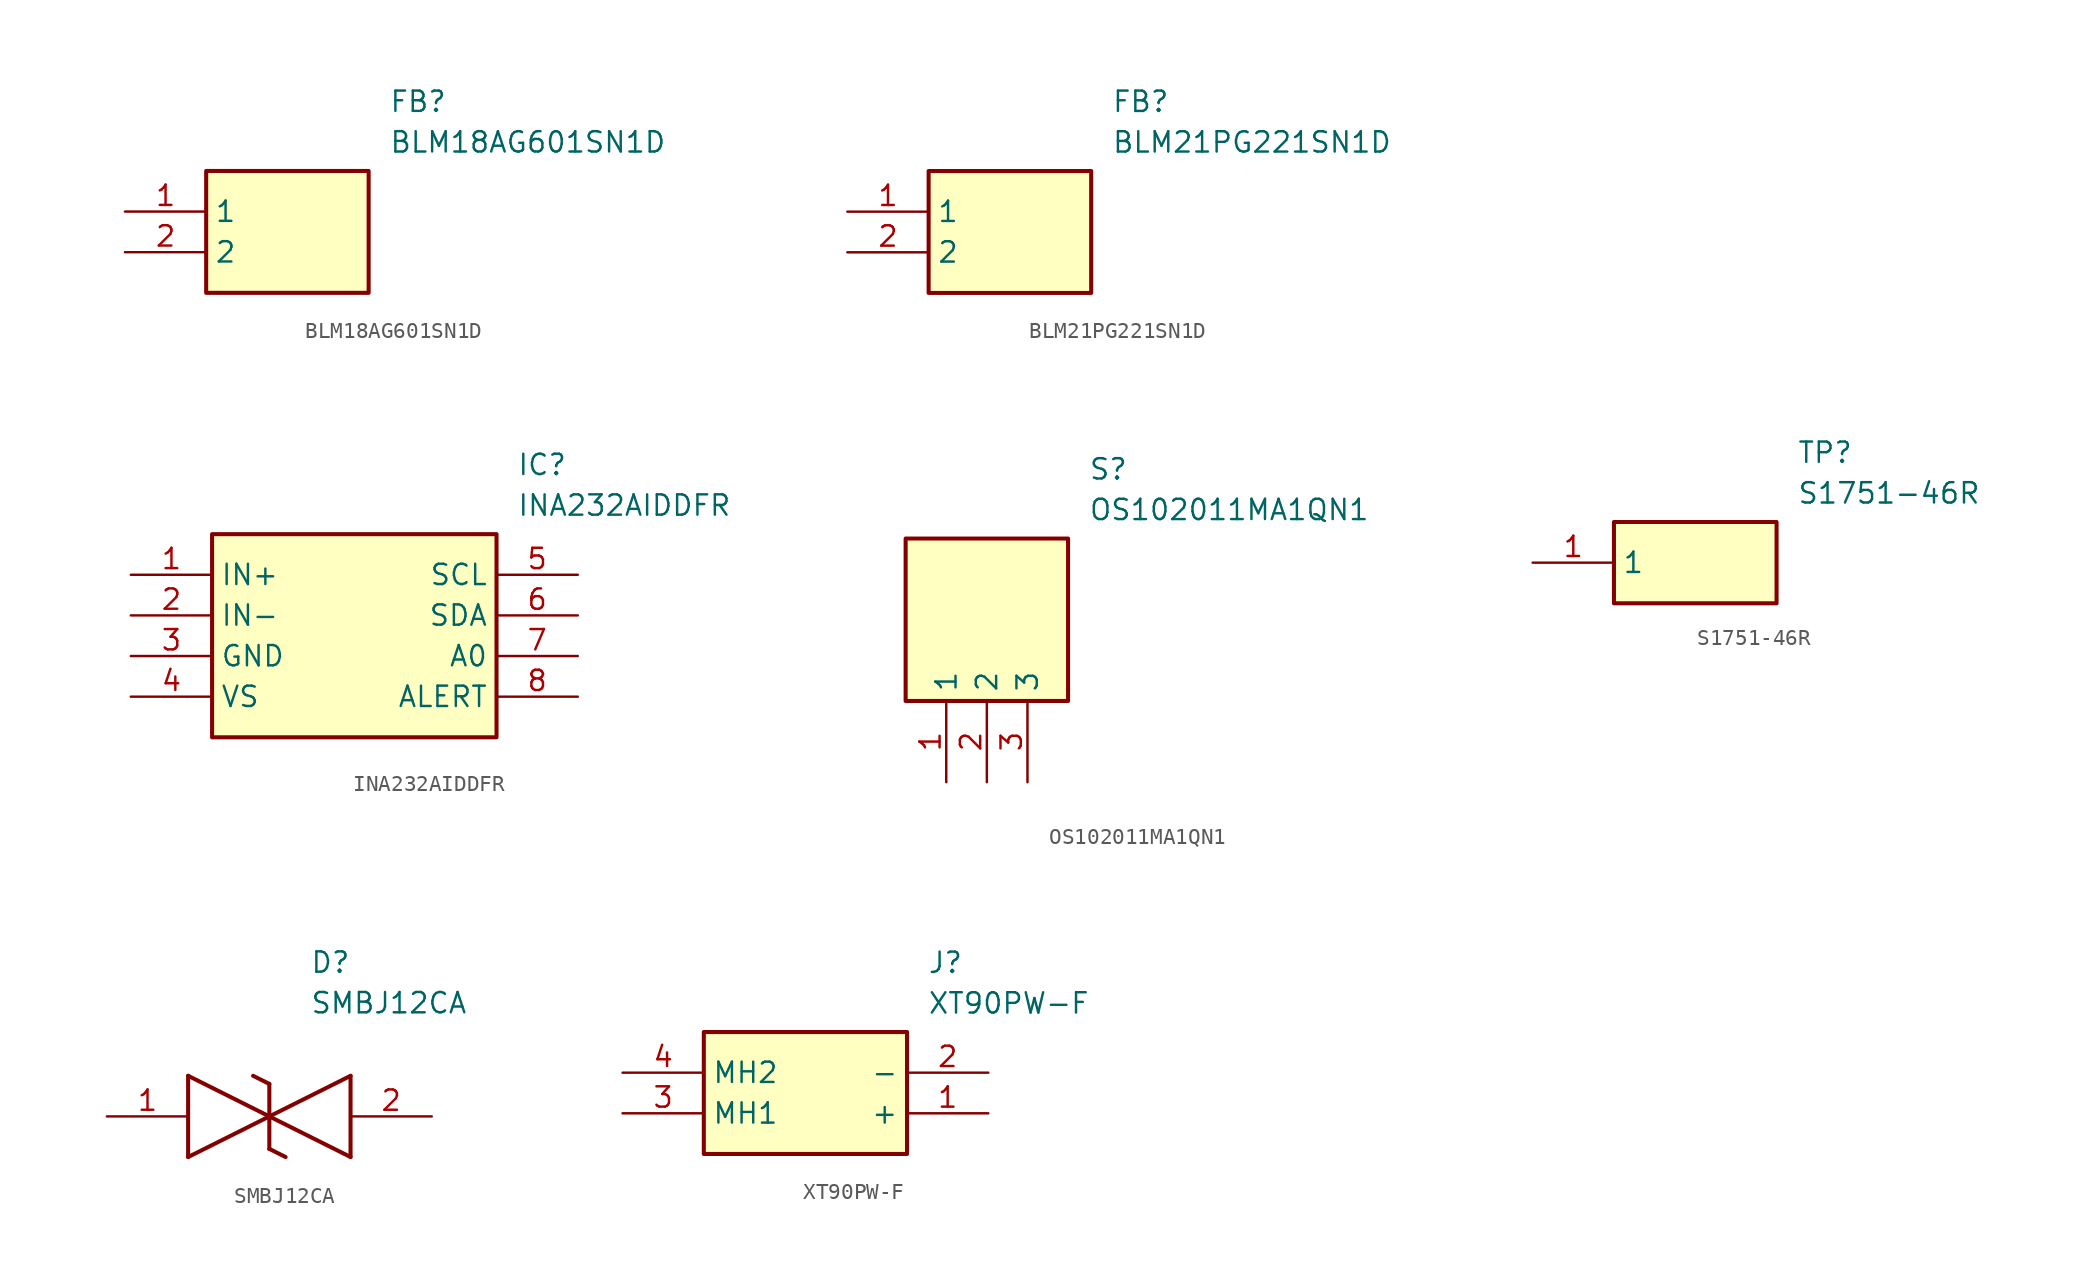
<source format=kicad_sym>
(kicad_symbol_lib
  (version 20241209)
  (generator "kicad_symbol_editor")
  (generator_version "9.0")
  (symbol "BLM18AG601SN1D"
    (property "Reference" "FB"
      (at 16.51 7.62 0)
      (effects (font (size 1.27 1.27)) (justify left top)))
    (property "Value" "BLM18AG601SN1D"
      (at 16.51 5.08 0)
      (effects (font (size 1.27 1.27)) (justify left top)))
    (symbol "BLM18AG601SN1D_1_1"
      (rectangle (start 5.08 2.54) (end 15.24 -5.08) (stroke (width 0.254) (type default)) (fill (type background)))
      (pin passive line (at 0 0 0) (length 5.08) (name "1" (effects (font (size 1.27 1.27)))) (number "1" (effects (font (size 1.27 1.27)))))
      (pin passive line (at 0 -2.54 0) (length 5.08) (name "2" (effects (font (size 1.27 1.27)))) (number "2" (effects (font (size 1.27 1.27)))))))
  (symbol "BLM21PG221SN1D"
    (property "Reference" "FB"
      (at 16.51 7.62 0)
      (effects (font (size 1.27 1.27)) (justify left top)))
    (property "Value" "BLM21PG221SN1D"
      (at 16.51 5.08 0)
      (effects (font (size 1.27 1.27)) (justify left top)))
    (symbol "BLM21PG221SN1D_1_1"
      (rectangle (start 5.08 2.54) (end 15.24 -5.08) (stroke (width 0.254) (type default)) (fill (type background)))
      (pin passive line (at 0 0 0) (length 5.08) (name "1" (effects (font (size 1.27 1.27)))) (number "1" (effects (font (size 1.27 1.27)))))
      (pin passive line (at 0 -2.54 0) (length 5.08) (name "2" (effects (font (size 1.27 1.27)))) (number "2" (effects (font (size 1.27 1.27)))))))
  (symbol "INA232AIDDFR"
    (property "Reference" "IC"
      (at 24.13 7.62 0)
      (effects (font (size 1.27 1.27)) (justify left top)))
    (property "Value" "INA232AIDDFR"
      (at 24.13 5.08 0)
      (effects (font (size 1.27 1.27)) (justify left top)))
    (symbol "INA232AIDDFR_1_1"
      (rectangle (start 5.08 2.54) (end 22.86 -10.16) (stroke (width 0.254) (type default)) (fill (type background)))
      (pin passive line (at 0 0 0) (length 5.08) (name "IN+" (effects (font (size 1.27 1.27)))) (number "1" (effects (font (size 1.27 1.27)))))
      (pin passive line (at 0 -2.54 0) (length 5.08) (name "IN-" (effects (font (size 1.27 1.27)))) (number "2" (effects (font (size 1.27 1.27)))))
      (pin passive line (at 0 -5.08 0) (length 5.08) (name "GND" (effects (font (size 1.27 1.27)))) (number "3" (effects (font (size 1.27 1.27)))))
      (pin passive line (at 0 -7.62 0) (length 5.08) (name "VS" (effects (font (size 1.27 1.27)))) (number "4" (effects (font (size 1.27 1.27)))))
      (pin passive line (at 27.94 0 180) (length 5.08) (name "SCL" (effects (font (size 1.27 1.27)))) (number "5" (effects (font (size 1.27 1.27)))))
      (pin passive line (at 27.94 -2.54 180) (length 5.08) (name "SDA" (effects (font (size 1.27 1.27)))) (number "6" (effects (font (size 1.27 1.27)))))
      (pin passive line (at 27.94 -5.08 180) (length 5.08) (name "A0" (effects (font (size 1.27 1.27)))) (number "7" (effects (font (size 1.27 1.27)))))
      (pin passive line (at 27.94 -7.62 180) (length 5.08) (name "ALERT" (effects (font (size 1.27 1.27)))) (number "8" (effects (font (size 1.27 1.27)))))))
  (symbol "OS102011MA1QN1"
    (property "Reference" "S"
      (at 8.89 20.32 0)
      (effects (font (size 1.27 1.27)) (justify left top)))
    (property "Value" "OS102011MA1QN1"
      (at 8.89 17.78 0)
      (effects (font (size 1.27 1.27)) (justify left top)))
    (symbol "OS102011MA1QN1_1_1"
      (rectangle (start -2.54 15.24) (end 7.62 5.08) (stroke (width 0.254) (type default)) (fill (type background)))
      (pin passive line (at 0 0 90) (length 5.08) (name "1" (effects (font (size 1.27 1.27)))) (number "1" (effects (font (size 1.27 1.27)))))
      (pin passive line (at 2.54 0 90) (length 5.08) (name "2" (effects (font (size 1.27 1.27)))) (number "2" (effects (font (size 1.27 1.27)))))
      (pin passive line (at 5.08 0 90) (length 5.08) (name "3" (effects (font (size 1.27 1.27)))) (number "3" (effects (font (size 1.27 1.27)))))))
  (symbol "S1751-46R"
    (property "Reference" "TP"
      (at 16.51 7.62 0)
      (effects (font (size 1.27 1.27)) (justify left top)))
    (property "Value" "S1751-46R"
      (at 16.51 5.08 0)
      (effects (font (size 1.27 1.27)) (justify left top)))
    (rectangle
      (start 5.08 2.54)
      (end 15.24 -2.54)
      (stroke (width 0.254) (type default))
      (fill (type background)))
    (pin passive line
      (at 0 0 0)
      (length 5.08)
      (name "1" (effects (font (size 1.27 1.27))))
      (number "1" (effects (font (size 1.27 1.27))))))
  (symbol "SMBJ12CA"
    (pin_names
      (hide yes))
    (property "Reference" "D"
      (at 12.7 8.89 0)
      (effects (font (size 1.27 1.27)) (justify left bottom)))
    (property "Value" "SMBJ12CA"
      (at 12.7 6.35 0)
      (effects (font (size 1.27 1.27)) (justify left bottom)))
    (symbol "SMBJ12CA_1_1"
      (polyline (pts (xy 5.08 2.54) (xy 5.08 -2.54)) (stroke (width 0.254) (type default)) (fill (type none)))
      (polyline (pts (xy 5.08 2.54) (xy 10.16 0)) (stroke (width 0.254) (type default)) (fill (type none)))
      (polyline (pts (xy 9.144 2.54) (xy 10.16 2.032)) (stroke (width 0.254) (type default)) (fill (type none)))
      (polyline (pts (xy 10.16 0) (xy 5.08 -2.54)) (stroke (width 0.254) (type default)) (fill (type none)))
      (polyline (pts (xy 10.16 0) (xy 15.24 -2.54)) (stroke (width 0.254) (type default)) (fill (type none)))
      (polyline (pts (xy 10.16 -2.032) (xy 10.16 2.032)) (stroke (width 0.254) (type default)) (fill (type none)))
      (polyline (pts (xy 10.16 -2.032) (xy 11.176 -2.54)) (stroke (width 0.254) (type default)) (fill (type none)))
      (polyline (pts (xy 15.24 2.54) (xy 10.16 0)) (stroke (width 0.254) (type default)) (fill (type none)))
      (polyline (pts (xy 15.24 2.54) (xy 15.24 -2.54)) (stroke (width 0.254) (type default)) (fill (type none)))
      (pin passive line (at 0 0 0) (length 5.08) (name "1" (effects (font (size 1.27 1.27)))) (number "1" (effects (font (size 1.27 1.27)))))
      (pin passive line (at 20.32 0 180) (length 5.08) (name "2" (effects (font (size 1.27 1.27)))) (number "2" (effects (font (size 1.27 1.27)))))))
  (symbol "XT90PW-F"
    (property "Reference" "J"
      (at 19.05 7.62 0)
      (effects (font (size 1.27 1.27)) (justify left top)))
    (property "Value" "XT90PW-F"
      (at 19.05 5.08 0)
      (effects (font (size 1.27 1.27)) (justify left top)))
    (rectangle
      (start 5.08 2.54)
      (end 17.78 -5.08)
      (stroke (width 0.254) (type default))
      (fill (type background)))
    (pin passive line
      (at 22.86 -2.54 180)
      (length 5.08)
      (name "+" (effects (font (size 1.27 1.27))))
      (number "1" (effects (font (size 1.27 1.27)))))
    (pin passive line
      (at 22.86 0 180)
      (length 5.08)
      (name "-" (effects (font (size 1.27 1.27))))
      (number "2" (effects (font (size 1.27 1.27)))))
    (pin passive line
      (at 0 -2.54 0)
      (length 5.08)
      (name "MH1" (effects (font (size 1.27 1.27))))
      (number "3" (effects (font (size 1.27 1.27)))))
    (pin passive line
      (at 0 0 0)
      (length 5.08)
      (name "MH2" (effects (font (size 1.27 1.27))))
      (number "4" (effects (font (size 1.27 1.27)))))))
</source>
